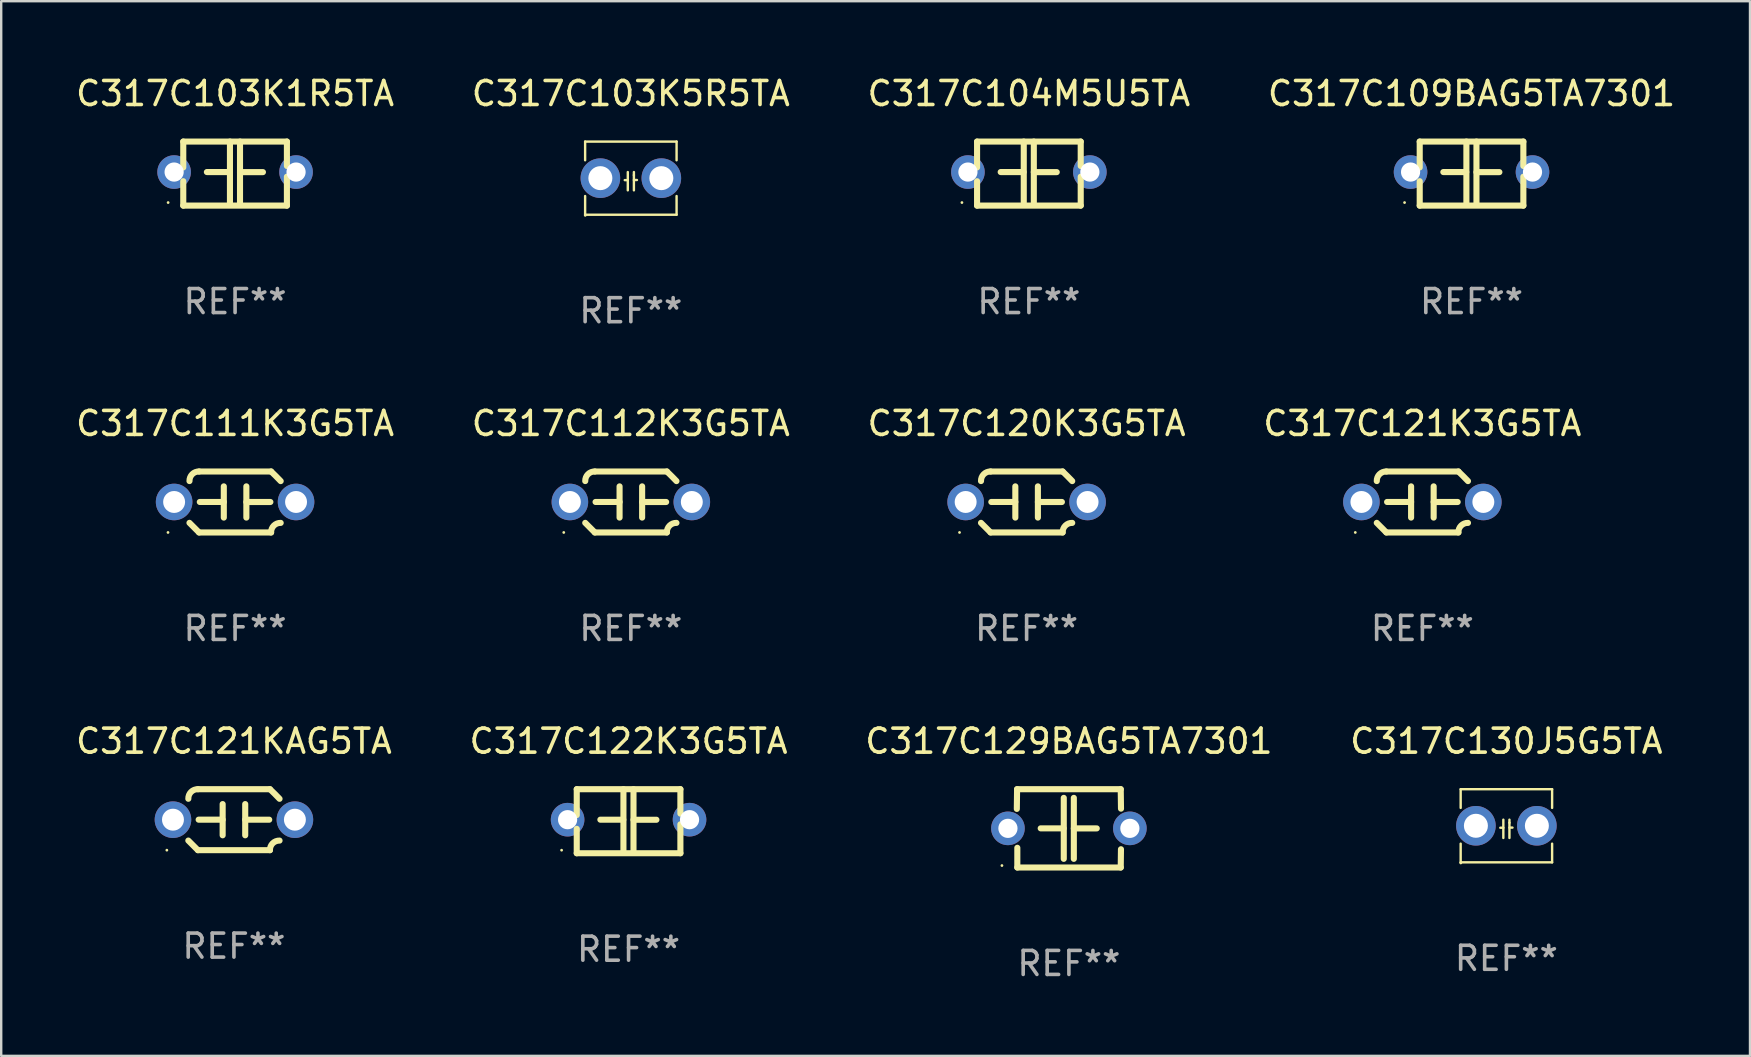
<source format=kicad_pcb>
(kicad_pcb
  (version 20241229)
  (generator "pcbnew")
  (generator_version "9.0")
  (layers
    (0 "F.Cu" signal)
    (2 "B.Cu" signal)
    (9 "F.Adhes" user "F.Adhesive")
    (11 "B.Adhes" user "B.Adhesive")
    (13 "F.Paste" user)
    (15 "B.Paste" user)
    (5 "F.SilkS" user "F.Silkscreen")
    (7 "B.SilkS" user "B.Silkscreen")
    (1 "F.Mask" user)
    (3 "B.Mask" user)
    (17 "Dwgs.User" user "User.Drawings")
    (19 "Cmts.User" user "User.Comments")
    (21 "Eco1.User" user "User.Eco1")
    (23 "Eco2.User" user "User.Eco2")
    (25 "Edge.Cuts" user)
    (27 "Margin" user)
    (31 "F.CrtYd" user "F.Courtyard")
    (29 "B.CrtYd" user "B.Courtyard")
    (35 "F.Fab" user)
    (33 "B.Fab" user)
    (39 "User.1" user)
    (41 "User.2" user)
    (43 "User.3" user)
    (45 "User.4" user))
  (footprint "C317C103K1R5TA"
    (layer "F.Cu")
    (at 6.744 4.182)
    (property "Reference" "C317C103K1R5TA" (at 0 -3.334 0) (layer "F.SilkS") (effects (font (size 1 1) (thickness 0.15))))
    (attr through_hole)
    (fp_line (start -2.159 -1.334) (end 2.159 -1.334) (stroke (width 0.254) (type solid)) (layer "F.SilkS"))
    (fp_line (start -2.159 -0.256) (end -2.159 -1.334) (stroke (width 0.254) (type solid)) (layer "F.SilkS"))
    (fp_line (start -2.159 1.334) (end -2.159 0.318) (stroke (width 0.254) (type solid)) (layer "F.SilkS"))
    (fp_line (start -0.22 -0.064) (end -1.175 -0.064) (stroke (width 0.254) (type solid)) (layer "F.SilkS"))
    (fp_line (start -0.214 -1.334) (end -0.214 1.207) (stroke (width 0.254) (type solid)) (layer "F.SilkS"))
    (fp_line (start 0.205 -1.334) (end 0.205 1.207) (stroke (width 0.254) (type solid)) (layer "F.SilkS"))
    (fp_line (start 0.205 -0.061) (end 1.16 -0.061) (stroke (width 0.254) (type solid)) (layer "F.SilkS"))
    (fp_line (start 2.159 -1.334) (end 2.159 -0.318) (stroke (width 0.254) (type solid)) (layer "F.SilkS"))
    (fp_line (start 2.159 0.129) (end 2.159 1.334) (stroke (width 0.254) (type solid)) (layer "F.SilkS"))
    (fp_line (start 2.159 1.334) (end -2.159 1.334) (stroke (width 0.254) (type solid)) (layer "F.SilkS"))
    (fp_circle (center -2.79 1.207) (end -2.76 1.207) (stroke (width 0.06) (type solid)) (fill no) (layer "F.SilkS"))
    (fp_text user "REF**" (at 0 5.334 0) (layer "F.Fab") (effects (font (size 1 1) (thickness 0.15))))
    (pad "1" thru_hole circle (at -2.54 -0.064) (size 1.4 1.4) (drill 0.8) (layers "*.Cu" "*.Mask"))
    (pad "2" thru_hole circle (at 2.54 -0.064) (size 1.4 1.4) (drill 0.8) (layers "*.Cu" "*.Mask")))
  (footprint "C317C121KAG5TA"
    (layer "F.Cu")
    (at 6.696 31.099)
    (property "Reference" "C317C121KAG5TA" (at 0 -3.27 0) (layer "F.SilkS") (effects (font (size 1 1) (thickness 0.15))))
    (attr through_hole)
    (fp_line (start -1.5 -1.27) (end 1.5 -1.27) (stroke (width 0.254) (type solid)) (layer "F.SilkS"))
    (fp_line (start -0.47 -0.65) (end -0.47 0.65) (stroke (width 0.254) (type solid)) (layer "F.SilkS"))
    (fp_line (start -0.47 -0.000381) (end -1.47 -0.000381) (stroke (width 0.254) (type solid)) (layer "F.SilkS"))
    (fp_line (start 0.47 0.000356) (end 1.47 0.000356) (stroke (width 0.254) (type solid)) (layer "F.SilkS"))
    (fp_line (start 0.47 0.65) (end 0.47 -0.65) (stroke (width 0.254) (type solid)) (layer "F.SilkS"))
    (fp_line (start 1.5 1.27) (end -1.5 1.27) (stroke (width 0.254) (type solid)) (layer "F.SilkS"))
    (fp_arc (start -1.899924 -0.871221) (mid -1.78599 -1.156887) (end -1.5 -1.270003) (stroke (width 0.254001) (type solid)) (layer "F.SilkS"))
    (fp_arc (start -1.501217 1.269929) (mid -1.700682 1.070039) (end -1.9 0.870003) (stroke (width 0.254001) (type solid)) (layer "F.SilkS"))
    (fp_arc (start 1.5 1.270003) (mid 1.614112 0.984517) (end 1.899923 0.871222) (stroke (width 0.254001) (type solid)) (layer "F.SilkS"))
    (fp_arc (start 1.501219 -1.269927) (mid 1.70319 -1.072538) (end 1.9 -0.870003) (stroke (width 0.254001) (type solid)) (layer "F.SilkS"))
    (fp_circle (center -2.795 1.27) (end -2.765 1.27) (stroke (width 0.06) (type solid)) (fill no) (layer "F.SilkS"))
    (fp_text user "REF**" (at 0 5.27 0) (layer "F.Fab") (effects (font (size 1 1) (thickness 0.15))))
    (pad "1" thru_hole circle (at -2.54 0) (size 1.524 1.524) (drill 0.914) (layers "*.Cu" "*.Mask"))
    (pad "2" thru_hole circle (at 2.54 0) (size 1.524 1.524) (drill 0.914) (layers "*.Cu" "*.Mask")))
  (footprint "C317C130J5G5TA"
    (layer "F.Cu")
    (at 59.708 31.353)
    (property "Reference" "C317C130J5G5TA" (at 0 -3.524 0) (layer "F.SilkS") (effects (font (size 1 1) (thickness 0.15))))
    (attr through_hole)
    (fp_line (start -1.905 -1.524) (end -1.905 -0.745) (stroke (width 0.1) (type solid)) (layer "F.SilkS"))
    (fp_line (start -1.905 0.745) (end -1.905 1.524) (stroke (width 0.1) (type solid)) (layer "F.SilkS"))
    (fp_line (start -1.905 1.524) (end 1.905 1.524) (stroke (width 0.1) (type solid)) (layer "F.SilkS"))
    (fp_line (start -0.127 -0.254) (end -0.127 0.508) (stroke (width 0.1) (type solid)) (layer "F.SilkS"))
    (fp_line (start -0.127 0.082) (end -0.254 0.082) (stroke (width 0.1) (type solid)) (layer "F.SilkS"))
    (fp_line (start 0.127 -0.127) (end 0.127 -0.254) (stroke (width 0.1) (type solid)) (layer "F.SilkS"))
    (fp_line (start 0.127 -0.127) (end 0.127 0.508) (stroke (width 0.1) (type solid)) (layer "F.SilkS"))
    (fp_line (start 0.127 0.077) (end 0.254 0.077) (stroke (width 0.1) (type solid)) (layer "F.SilkS"))
    (fp_line (start 1.905 -1.524) (end -1.905 -1.524) (stroke (width 0.1) (type solid)) (layer "F.SilkS"))
    (fp_line (start 1.905 -0.745) (end 1.905 -1.524) (stroke (width 0.1) (type solid)) (layer "F.SilkS"))
    (fp_line (start 1.905 1.524) (end 1.905 0.745) (stroke (width 0.1) (type solid)) (layer "F.SilkS"))
    (fp_circle (center -1.9 1.55) (end -1.87 1.55) (stroke (width 0.06) (type solid)) (fill no) (layer "F.SilkS"))
    (fp_text user "REF**" (at 0 5.524 0) (layer "F.Fab") (effects (font (size 1 1) (thickness 0.15))))
    (pad "1" thru_hole circle (at -1.27 0) (size 1.65 1.65) (drill 1) (layers "*.Cu" "*.Mask"))
    (pad "2" thru_hole circle (at 1.27 0) (size 1.65 1.65) (drill 1) (layers "*.Cu" "*.Mask")))
  (footprint "C317C122K3G5TA"
    (layer "F.Cu")
    (at 23.137 31.163)
    (property "Reference" "C317C122K3G5TA" (at 0 -3.334 0) (layer "F.SilkS") (effects (font (size 1 1) (thickness 0.15))))
    (attr through_hole)
    (fp_line (start -2.159 -1.334) (end 2.159 -1.334) (stroke (width 0.254) (type solid)) (layer "F.SilkS"))
    (fp_line (start -2.159 -0.256) (end -2.159 -1.334) (stroke (width 0.254) (type solid)) (layer "F.SilkS"))
    (fp_line (start -2.159 1.334) (end -2.159 0.318) (stroke (width 0.254) (type solid)) (layer "F.SilkS"))
    (fp_line (start -0.22 -0.064) (end -1.175 -0.064) (stroke (width 0.254) (type solid)) (layer "F.SilkS"))
    (fp_line (start -0.214 -1.334) (end -0.214 1.207) (stroke (width 0.254) (type solid)) (layer "F.SilkS"))
    (fp_line (start 0.205 -1.334) (end 0.205 1.207) (stroke (width 0.254) (type solid)) (layer "F.SilkS"))
    (fp_line (start 0.205 -0.061) (end 1.16 -0.061) (stroke (width 0.254) (type solid)) (layer "F.SilkS"))
    (fp_line (start 2.159 -1.334) (end 2.159 -0.318) (stroke (width 0.254) (type solid)) (layer "F.SilkS"))
    (fp_line (start 2.159 0.129) (end 2.159 1.334) (stroke (width 0.254) (type solid)) (layer "F.SilkS"))
    (fp_line (start 2.159 1.334) (end -2.159 1.334) (stroke (width 0.254) (type solid)) (layer "F.SilkS"))
    (fp_circle (center -2.79 1.207) (end -2.76 1.207) (stroke (width 0.06) (type solid)) (fill no) (layer "F.SilkS"))
    (fp_text user "REF**" (at 0 5.334 0) (layer "F.Fab") (effects (font (size 1 1) (thickness 0.15))))
    (pad "1" thru_hole circle (at -2.54 -0.064) (size 1.4 1.4) (drill 0.8) (layers "*.Cu" "*.Mask"))
    (pad "2" thru_hole circle (at 2.54 -0.064) (size 1.4 1.4) (drill 0.8) (layers "*.Cu" "*.Mask")))
  (footprint "C317C129BAG5TA7301"
    (layer "F.Cu")
    (at 41.482 31.46)
    (property "Reference" "C317C129BAG5TA7301" (at 0 -3.631 0) (layer "F.SilkS") (effects (font (size 1 1) (thickness 0.15))))
    (attr through_hole)
    (fp_line (start -2.17 -0.81) (end -2.159 -1.631) (stroke (width 0.254) (type solid)) (layer "F.SilkS"))
    (fp_line (start -2.159 -1.631) (end 2.159 -1.631) (stroke (width 0.254) (type solid)) (layer "F.SilkS"))
    (fp_line (start -2.149 1.631) (end -2.149 0.81) (stroke (width 0.254) (type solid)) (layer "F.SilkS"))
    (fp_line (start -0.22 0) (end -1.175 0) (stroke (width 0.254) (type solid)) (layer "F.SilkS"))
    (fp_line (start -0.214 -1.27) (end -0.214 1.27) (stroke (width 0.254) (type solid)) (layer "F.SilkS"))
    (fp_line (start 0.205 -1.27) (end 0.205 1.27) (stroke (width 0.254) (type solid)) (layer "F.SilkS"))
    (fp_line (start 0.205 0.002) (end 1.16 0.002) (stroke (width 0.254) (type solid)) (layer "F.SilkS"))
    (fp_line (start 2.159 -1.631) (end 2.17 -0.82) (stroke (width 0.254) (type solid)) (layer "F.SilkS"))
    (fp_line (start 2.159 1.631) (end -2.149 1.631) (stroke (width 0.254) (type solid)) (layer "F.SilkS"))
    (fp_line (start 2.169 0.871) (end 2.159 1.631) (stroke (width 0.254) (type solid)) (layer "F.SilkS"))
    (fp_circle (center -2.79 1.55) (end -2.76 1.55) (stroke (width 0.06) (type solid)) (fill no) (layer "F.SilkS"))
    (fp_text user "REF**" (at 0 5.631 0) (layer "F.Fab") (effects (font (size 1 1) (thickness 0.15))))
    (pad "1" thru_hole circle (at -2.54 0) (size 1.4 1.4) (drill 0.8) (layers "*.Cu" "*.Mask"))
    (pad "2" thru_hole circle (at 2.54 0) (size 1.4 1.4) (drill 0.8) (layers "*.Cu" "*.Mask")))
  (footprint "C317C104M5U5TA"
    (layer "F.Cu")
    (at 39.815 4.182)
    (property "Reference" "C317C104M5U5TA" (at 0 -3.334 0) (layer "F.SilkS") (effects (font (size 1 1) (thickness 0.15))))
    (attr through_hole)
    (fp_line (start -2.159 -1.334) (end 2.159 -1.334) (stroke (width 0.254) (type solid)) (layer "F.SilkS"))
    (fp_line (start -2.159 -0.256) (end -2.159 -1.334) (stroke (width 0.254) (type solid)) (layer "F.SilkS"))
    (fp_line (start -2.159 1.334) (end -2.159 0.318) (stroke (width 0.254) (type solid)) (layer "F.SilkS"))
    (fp_line (start -0.22 -0.064) (end -1.175 -0.064) (stroke (width 0.254) (type solid)) (layer "F.SilkS"))
    (fp_line (start -0.214 -1.334) (end -0.214 1.207) (stroke (width 0.254) (type solid)) (layer "F.SilkS"))
    (fp_line (start 0.205 -1.334) (end 0.205 1.207) (stroke (width 0.254) (type solid)) (layer "F.SilkS"))
    (fp_line (start 0.205 -0.061) (end 1.16 -0.061) (stroke (width 0.254) (type solid)) (layer "F.SilkS"))
    (fp_line (start 2.159 -1.334) (end 2.159 -0.318) (stroke (width 0.254) (type solid)) (layer "F.SilkS"))
    (fp_line (start 2.159 0.129) (end 2.159 1.334) (stroke (width 0.254) (type solid)) (layer "F.SilkS"))
    (fp_line (start 2.159 1.334) (end -2.159 1.334) (stroke (width 0.254) (type solid)) (layer "F.SilkS"))
    (fp_circle (center -2.79 1.207) (end -2.76 1.207) (stroke (width 0.06) (type solid)) (fill no) (layer "F.SilkS"))
    (fp_text user "REF**" (at 0 5.334 0) (layer "F.Fab") (effects (font (size 1 1) (thickness 0.15))))
    (pad "1" thru_hole circle (at -2.54 -0.064) (size 1.4 1.4) (drill 0.8) (layers "*.Cu" "*.Mask"))
    (pad "2" thru_hole circle (at 2.54 -0.064) (size 1.4 1.4) (drill 0.8) (layers "*.Cu" "*.Mask")))
  (footprint "C317C103K5R5TA"
    (layer "F.Cu")
    (at 23.232 4.372)
    (property "Reference" "C317C103K5R5TA" (at 0 -3.524 0) (layer "F.SilkS") (effects (font (size 1 1) (thickness 0.15))))
    (attr through_hole)
    (fp_line (start -1.905 -1.524) (end -1.905 -0.745) (stroke (width 0.1) (type solid)) (layer "F.SilkS"))
    (fp_line (start -1.905 0.745) (end -1.905 1.524) (stroke (width 0.1) (type solid)) (layer "F.SilkS"))
    (fp_line (start -1.905 1.524) (end 1.905 1.524) (stroke (width 0.1) (type solid)) (layer "F.SilkS"))
    (fp_line (start -0.127 -0.254) (end -0.127 0.508) (stroke (width 0.1) (type solid)) (layer "F.SilkS"))
    (fp_line (start -0.127 0.082) (end -0.254 0.082) (stroke (width 0.1) (type solid)) (layer "F.SilkS"))
    (fp_line (start 0.127 -0.127) (end 0.127 -0.254) (stroke (width 0.1) (type solid)) (layer "F.SilkS"))
    (fp_line (start 0.127 -0.127) (end 0.127 0.508) (stroke (width 0.1) (type solid)) (layer "F.SilkS"))
    (fp_line (start 0.127 0.077) (end 0.254 0.077) (stroke (width 0.1) (type solid)) (layer "F.SilkS"))
    (fp_line (start 1.905 -1.524) (end -1.905 -1.524) (stroke (width 0.1) (type solid)) (layer "F.SilkS"))
    (fp_line (start 1.905 -0.745) (end 1.905 -1.524) (stroke (width 0.1) (type solid)) (layer "F.SilkS"))
    (fp_line (start 1.905 1.524) (end 1.905 0.745) (stroke (width 0.1) (type solid)) (layer "F.SilkS"))
    (fp_circle (center -1.9 1.55) (end -1.87 1.55) (stroke (width 0.06) (type solid)) (fill no) (layer "F.SilkS"))
    (fp_text user "REF**" (at 0 5.524 0) (layer "F.Fab") (effects (font (size 1 1) (thickness 0.15))))
    (pad "1" thru_hole circle (at -1.27 0) (size 1.65 1.65) (drill 1) (layers "*.Cu" "*.Mask"))
    (pad "2" thru_hole circle (at 1.27 0) (size 1.65 1.65) (drill 1) (layers "*.Cu" "*.Mask")))
  (footprint "C317C109BAG5TA7301"
    (layer "F.Cu")
    (at 58.256 4.182)
    (property "Reference" "C317C109BAG5TA7301" (at 0 -3.334 0) (layer "F.SilkS") (effects (font (size 1 1) (thickness 0.15))))
    (attr through_hole)
    (fp_line (start -2.159 -1.334) (end 2.159 -1.334) (stroke (width 0.254) (type solid)) (layer "F.SilkS"))
    (fp_line (start -2.159 -0.256) (end -2.159 -1.334) (stroke (width 0.254) (type solid)) (layer "F.SilkS"))
    (fp_line (start -2.159 1.334) (end -2.159 0.318) (stroke (width 0.254) (type solid)) (layer "F.SilkS"))
    (fp_line (start -0.22 -0.064) (end -1.175 -0.064) (stroke (width 0.254) (type solid)) (layer "F.SilkS"))
    (fp_line (start -0.214 -1.334) (end -0.214 1.207) (stroke (width 0.254) (type solid)) (layer "F.SilkS"))
    (fp_line (start 0.205 -1.334) (end 0.205 1.207) (stroke (width 0.254) (type solid)) (layer "F.SilkS"))
    (fp_line (start 0.205 -0.061) (end 1.16 -0.061) (stroke (width 0.254) (type solid)) (layer "F.SilkS"))
    (fp_line (start 2.159 -1.334) (end 2.159 -0.318) (stroke (width 0.254) (type solid)) (layer "F.SilkS"))
    (fp_line (start 2.159 0.129) (end 2.159 1.334) (stroke (width 0.254) (type solid)) (layer "F.SilkS"))
    (fp_line (start 2.159 1.334) (end -2.159 1.334) (stroke (width 0.254) (type solid)) (layer "F.SilkS"))
    (fp_circle (center -2.79 1.207) (end -2.76 1.207) (stroke (width 0.06) (type solid)) (fill no) (layer "F.SilkS"))
    (fp_text user "REF**" (at 0 5.334 0) (layer "F.Fab") (effects (font (size 1 1) (thickness 0.15))))
    (pad "1" thru_hole circle (at -2.54 -0.064) (size 1.4 1.4) (drill 0.8) (layers "*.Cu" "*.Mask"))
    (pad "2" thru_hole circle (at 2.54 -0.064) (size 1.4 1.4) (drill 0.8) (layers "*.Cu" "*.Mask")))
  (footprint "C317C111K3G5TA"
    (layer "F.Cu")
    (at 6.744 17.863)
    (property "Reference" "C317C111K3G5TA" (at 0 -3.27 0) (layer "F.SilkS") (effects (font (size 1 1) (thickness 0.15))))
    (attr through_hole)
    (fp_line (start -1.5 -1.27) (end 1.5 -1.27) (stroke (width 0.254) (type solid)) (layer "F.SilkS"))
    (fp_line (start -0.47 -0.65) (end -0.47 0.65) (stroke (width 0.254) (type solid)) (layer "F.SilkS"))
    (fp_line (start -0.47 -0.000381) (end -1.47 -0.000381) (stroke (width 0.254) (type solid)) (layer "F.SilkS"))
    (fp_line (start 0.47 0.000356) (end 1.47 0.000356) (stroke (width 0.254) (type solid)) (layer "F.SilkS"))
    (fp_line (start 0.47 0.65) (end 0.47 -0.65) (stroke (width 0.254) (type solid)) (layer "F.SilkS"))
    (fp_line (start 1.5 1.27) (end -1.5 1.27) (stroke (width 0.254) (type solid)) (layer "F.SilkS"))
    (fp_arc (start -1.899924 -0.871221) (mid -1.78599 -1.156887) (end -1.5 -1.270003) (stroke (width 0.254001) (type solid)) (layer "F.SilkS"))
    (fp_arc (start -1.501217 1.269929) (mid -1.700682 1.070039) (end -1.9 0.870003) (stroke (width 0.254001) (type solid)) (layer "F.SilkS"))
    (fp_arc (start 1.5 1.270003) (mid 1.614112 0.984517) (end 1.899923 0.871222) (stroke (width 0.254001) (type solid)) (layer "F.SilkS"))
    (fp_arc (start 1.501219 -1.269927) (mid 1.70319 -1.072538) (end 1.9 -0.870003) (stroke (width 0.254001) (type solid)) (layer "F.SilkS"))
    (fp_circle (center -2.795 1.27) (end -2.765 1.27) (stroke (width 0.06) (type solid)) (fill no) (layer "F.SilkS"))
    (fp_text user "REF**" (at 0 5.27 0) (layer "F.Fab") (effects (font (size 1 1) (thickness 0.15))))
    (pad "1" thru_hole circle (at -2.54 0) (size 1.524 1.524) (drill 0.914) (layers "*.Cu" "*.Mask"))
    (pad "2" thru_hole circle (at 2.54 0) (size 1.524 1.524) (drill 0.914) (layers "*.Cu" "*.Mask")))
  (footprint "C317C121K3G5TA"
    (layer "F.Cu")
    (at 56.208 17.863)
    (property "Reference" "C317C121K3G5TA" (at 0 -3.27 0) (layer "F.SilkS") (effects (font (size 1 1) (thickness 0.15))))
    (attr through_hole)
    (fp_line (start -1.5 -1.27) (end 1.5 -1.27) (stroke (width 0.254) (type solid)) (layer "F.SilkS"))
    (fp_line (start -0.47 -0.65) (end -0.47 0.65) (stroke (width 0.254) (type solid)) (layer "F.SilkS"))
    (fp_line (start -0.47 -0.000381) (end -1.47 -0.000381) (stroke (width 0.254) (type solid)) (layer "F.SilkS"))
    (fp_line (start 0.47 0.000356) (end 1.47 0.000356) (stroke (width 0.254) (type solid)) (layer "F.SilkS"))
    (fp_line (start 0.47 0.65) (end 0.47 -0.65) (stroke (width 0.254) (type solid)) (layer "F.SilkS"))
    (fp_line (start 1.5 1.27) (end -1.5 1.27) (stroke (width 0.254) (type solid)) (layer "F.SilkS"))
    (fp_arc (start -1.899924 -0.871221) (mid -1.78599 -1.156887) (end -1.5 -1.270003) (stroke (width 0.254001) (type solid)) (layer "F.SilkS"))
    (fp_arc (start -1.501217 1.269929) (mid -1.700682 1.070039) (end -1.9 0.870003) (stroke (width 0.254001) (type solid)) (layer "F.SilkS"))
    (fp_arc (start 1.5 1.270003) (mid 1.614112 0.984517) (end 1.899923 0.871222) (stroke (width 0.254001) (type solid)) (layer "F.SilkS"))
    (fp_arc (start 1.501219 -1.269927) (mid 1.70319 -1.072538) (end 1.9 -0.870003) (stroke (width 0.254001) (type solid)) (layer "F.SilkS"))
    (fp_circle (center -2.795 1.27) (end -2.765 1.27) (stroke (width 0.06) (type solid)) (fill no) (layer "F.SilkS"))
    (fp_text user "REF**" (at 0 5.27 0) (layer "F.Fab") (effects (font (size 1 1) (thickness 0.15))))
    (pad "1" thru_hole circle (at -2.54 0) (size 1.524 1.524) (drill 0.914) (layers "*.Cu" "*.Mask"))
    (pad "2" thru_hole circle (at 2.54 0) (size 1.524 1.524) (drill 0.914) (layers "*.Cu" "*.Mask")))
  (footprint "C317C112K3G5TA"
    (layer "F.Cu")
    (at 23.232 17.863)
    (property "Reference" "C317C112K3G5TA" (at 0 -3.27 0) (layer "F.SilkS") (effects (font (size 1 1) (thickness 0.15))))
    (attr through_hole)
    (fp_line (start -1.5 -1.27) (end 1.5 -1.27) (stroke (width 0.254) (type solid)) (layer "F.SilkS"))
    (fp_line (start -0.47 -0.65) (end -0.47 0.65) (stroke (width 0.254) (type solid)) (layer "F.SilkS"))
    (fp_line (start -0.47 -0.000381) (end -1.47 -0.000381) (stroke (width 0.254) (type solid)) (layer "F.SilkS"))
    (fp_line (start 0.47 0.000356) (end 1.47 0.000356) (stroke (width 0.254) (type solid)) (layer "F.SilkS"))
    (fp_line (start 0.47 0.65) (end 0.47 -0.65) (stroke (width 0.254) (type solid)) (layer "F.SilkS"))
    (fp_line (start 1.5 1.27) (end -1.5 1.27) (stroke (width 0.254) (type solid)) (layer "F.SilkS"))
    (fp_arc (start -1.899924 -0.871221) (mid -1.78599 -1.156887) (end -1.5 -1.270003) (stroke (width 0.254001) (type solid)) (layer "F.SilkS"))
    (fp_arc (start -1.501217 1.269929) (mid -1.700682 1.070039) (end -1.9 0.870003) (stroke (width 0.254001) (type solid)) (layer "F.SilkS"))
    (fp_arc (start 1.5 1.270003) (mid 1.614112 0.984517) (end 1.899923 0.871222) (stroke (width 0.254001) (type solid)) (layer "F.SilkS"))
    (fp_arc (start 1.501219 -1.269927) (mid 1.70319 -1.072538) (end 1.9 -0.870003) (stroke (width 0.254001) (type solid)) (layer "F.SilkS"))
    (fp_circle (center -2.795 1.27) (end -2.765 1.27) (stroke (width 0.06) (type solid)) (fill no) (layer "F.SilkS"))
    (fp_text user "REF**" (at 0 5.27 0) (layer "F.Fab") (effects (font (size 1 1) (thickness 0.15))))
    (pad "1" thru_hole circle (at -2.54 0) (size 1.524 1.524) (drill 0.914) (layers "*.Cu" "*.Mask"))
    (pad "2" thru_hole circle (at 2.54 0) (size 1.524 1.524) (drill 0.914) (layers "*.Cu" "*.Mask")))
  (footprint "C317C120K3G5TA"
    (layer "F.Cu")
    (at 39.72 17.863)
    (property "Reference" "C317C120K3G5TA" (at 0 -3.27 0) (layer "F.SilkS") (effects (font (size 1 1) (thickness 0.15))))
    (attr through_hole)
    (fp_line (start -1.5 -1.27) (end 1.5 -1.27) (stroke (width 0.254) (type solid)) (layer "F.SilkS"))
    (fp_line (start -0.47 -0.65) (end -0.47 0.65) (stroke (width 0.254) (type solid)) (layer "F.SilkS"))
    (fp_line (start -0.47 -0.000381) (end -1.47 -0.000381) (stroke (width 0.254) (type solid)) (layer "F.SilkS"))
    (fp_line (start 0.47 0.000356) (end 1.47 0.000356) (stroke (width 0.254) (type solid)) (layer "F.SilkS"))
    (fp_line (start 0.47 0.65) (end 0.47 -0.65) (stroke (width 0.254) (type solid)) (layer "F.SilkS"))
    (fp_line (start 1.5 1.27) (end -1.5 1.27) (stroke (width 0.254) (type solid)) (layer "F.SilkS"))
    (fp_arc (start -1.899924 -0.871221) (mid -1.78599 -1.156887) (end -1.5 -1.270003) (stroke (width 0.254001) (type solid)) (layer "F.SilkS"))
    (fp_arc (start -1.501217 1.269929) (mid -1.700682 1.070039) (end -1.9 0.870003) (stroke (width 0.254001) (type solid)) (layer "F.SilkS"))
    (fp_arc (start 1.5 1.270003) (mid 1.614112 0.984517) (end 1.899923 0.871222) (stroke (width 0.254001) (type solid)) (layer "F.SilkS"))
    (fp_arc (start 1.501219 -1.269927) (mid 1.70319 -1.072538) (end 1.9 -0.870003) (stroke (width 0.254001) (type solid)) (layer "F.SilkS"))
    (fp_circle (center -2.795 1.27) (end -2.765 1.27) (stroke (width 0.06) (type solid)) (fill no) (layer "F.SilkS"))
    (fp_text user "REF**" (at 0 5.27 0) (layer "F.Fab") (effects (font (size 1 1) (thickness 0.15))))
    (pad "1" thru_hole circle (at -2.54 0) (size 1.524 1.524) (drill 0.914) (layers "*.Cu" "*.Mask"))
    (pad "2" thru_hole circle (at 2.54 0) (size 1.524 1.524) (drill 0.914) (layers "*.Cu" "*.Mask")))
  (gr_rect
    (start -3 -3)
    (end 69.857 40.939)
    (stroke (width 0.1) (type default))
    (fill no)
    (layer "Edge.Cuts")))
</source>
